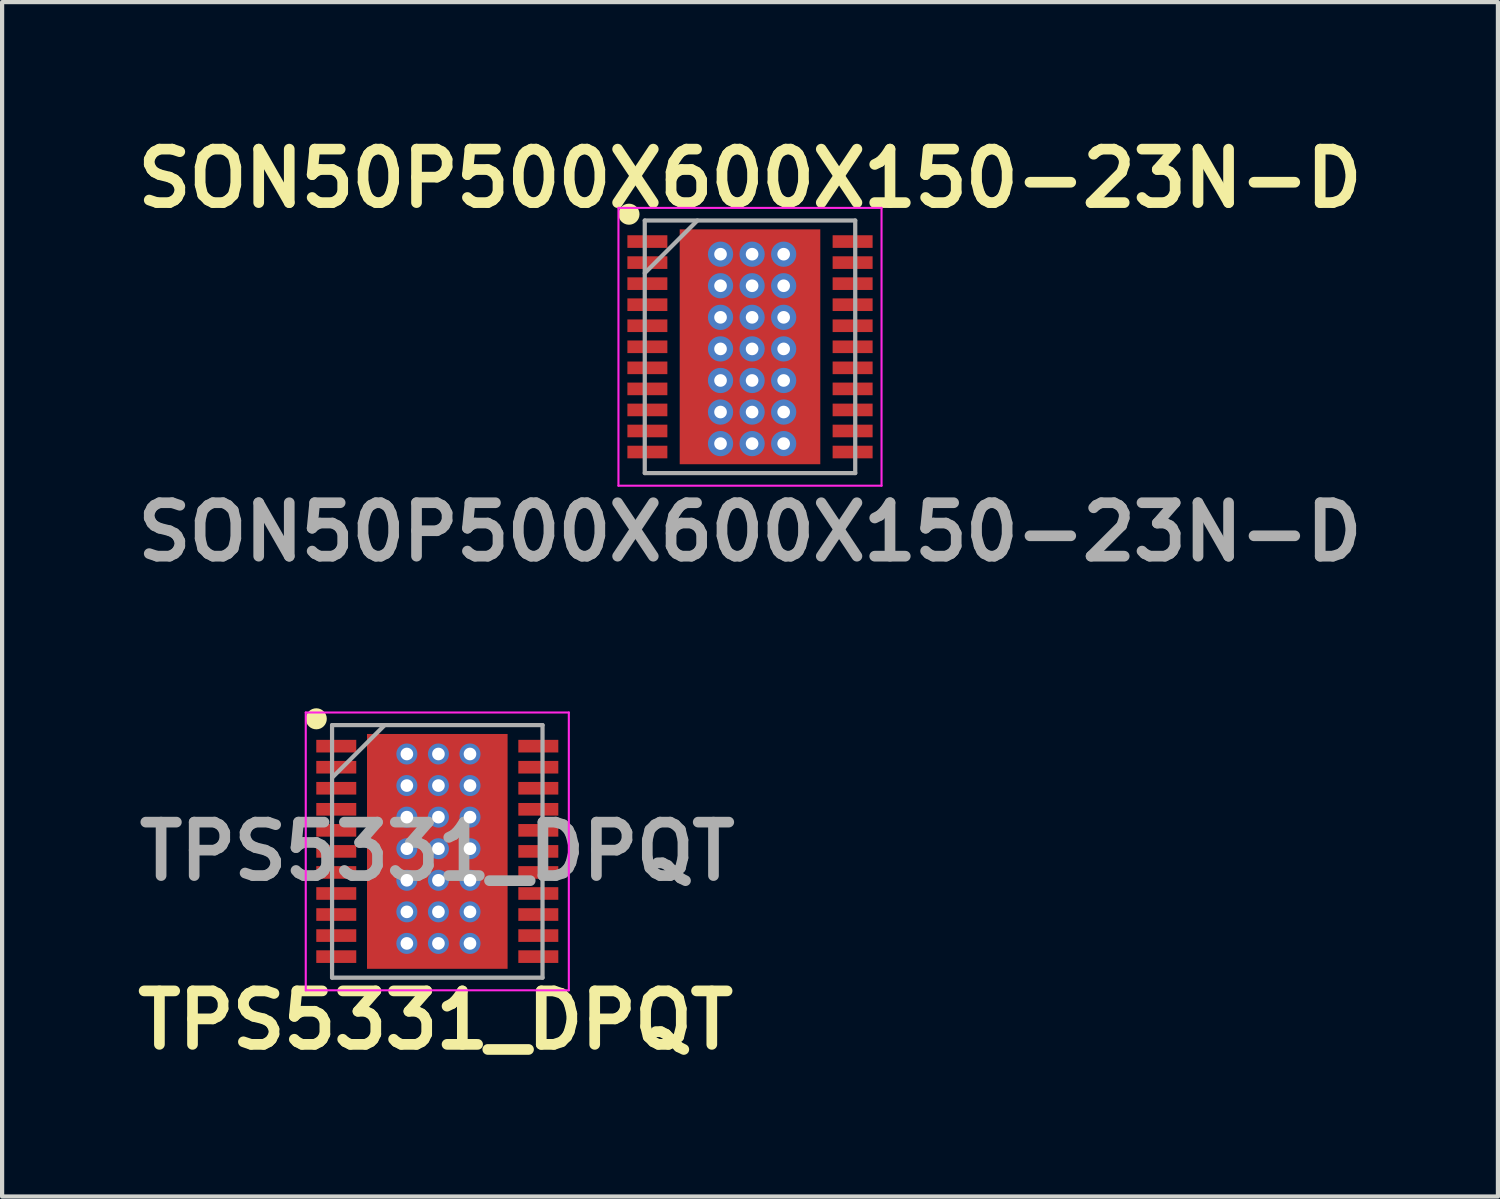
<source format=kicad_pcb>
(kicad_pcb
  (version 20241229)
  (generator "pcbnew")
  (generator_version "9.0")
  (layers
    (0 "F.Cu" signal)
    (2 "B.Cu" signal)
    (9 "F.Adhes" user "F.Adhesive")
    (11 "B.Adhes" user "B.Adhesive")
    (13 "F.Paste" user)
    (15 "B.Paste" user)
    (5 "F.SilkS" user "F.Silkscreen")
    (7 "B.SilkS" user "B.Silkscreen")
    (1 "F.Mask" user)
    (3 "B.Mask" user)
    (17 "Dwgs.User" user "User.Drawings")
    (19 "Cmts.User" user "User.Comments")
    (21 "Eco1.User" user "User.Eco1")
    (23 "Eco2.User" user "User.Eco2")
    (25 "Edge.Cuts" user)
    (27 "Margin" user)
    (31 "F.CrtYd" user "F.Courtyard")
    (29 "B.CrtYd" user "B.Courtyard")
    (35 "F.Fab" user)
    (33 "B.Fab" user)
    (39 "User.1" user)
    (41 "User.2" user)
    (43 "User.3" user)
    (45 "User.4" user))
  (footprint "SON50P500X600X150-23N-D"
    (layer "F.Cu")
    (at 14.768 5.189)
    (property "Reference" "SON50P500X600X150-23N-D" (at 0 -4 0) (layer "F.SilkS") (effects (font (size 1.27 1.27) (thickness 0.254))))
    (attr smd)
    (fp_circle (center -2.875 -3.15) (end -2.875 -3.025) (stroke (width 0.25) (type solid)) (fill no) (layer "F.SilkS"))
    (fp_line (start -3.125 -3.3) (end 3.125 -3.3) (stroke (width 0.05) (type solid)) (layer "F.CrtYd"))
    (fp_line (start -3.125 3.3) (end -3.125 -3.3) (stroke (width 0.05) (type solid)) (layer "F.CrtYd"))
    (fp_line (start 3.125 -3.3) (end 3.125 3.3) (stroke (width 0.05) (type solid)) (layer "F.CrtYd"))
    (fp_line (start 3.125 3.3) (end -3.125 3.3) (stroke (width 0.05) (type solid)) (layer "F.CrtYd"))
    (fp_line (start -2.5 -3) (end 2.5 -3) (stroke (width 0.1) (type solid)) (layer "F.Fab"))
    (fp_line (start -2.5 -1.75) (end -1.25 -3) (stroke (width 0.1) (type solid)) (layer "F.Fab"))
    (fp_line (start -2.5 3) (end -2.5 -3) (stroke (width 0.1) (type solid)) (layer "F.Fab"))
    (fp_line (start 2.5 -3) (end 2.5 3) (stroke (width 0.1) (type solid)) (layer "F.Fab"))
    (fp_line (start 2.5 3) (end -2.5 3) (stroke (width 0.1) (type solid)) (layer "F.Fab"))
    (fp_text user "${REFERENCE}" (at 0 4.4 0) (layer "F.Fab") (effects (font (size 1.27 1.27) (thickness 0.254))))
    (pad "1" smd rect (at -2.438 -2.5 90) (size 0.3 0.95) (layers "F.Cu" "F.Mask" "F.Paste"))
    (pad "2" smd rect (at -2.438 -2 90) (size 0.3 0.95) (layers "F.Cu" "F.Mask" "F.Paste"))
    (pad "3" smd rect (at -2.438 -1.5 90) (size 0.3 0.95) (layers "F.Cu" "F.Mask" "F.Paste"))
    (pad "4" smd rect (at -2.438 -1 90) (size 0.3 0.95) (layers "F.Cu" "F.Mask" "F.Paste"))
    (pad "5" smd rect (at -2.438 -0.5 90) (size 0.3 0.95) (layers "F.Cu" "F.Mask" "F.Paste"))
    (pad "6" smd rect (at -2.438 0 90) (size 0.3 0.95) (layers "F.Cu" "F.Mask" "F.Paste"))
    (pad "7" smd rect (at -2.438 0.5 90) (size 0.3 0.95) (layers "F.Cu" "F.Mask" "F.Paste"))
    (pad "8" smd rect (at -2.438 1 90) (size 0.3 0.95) (layers "F.Cu" "F.Mask" "F.Paste"))
    (pad "9" smd rect (at -2.438 1.5 90) (size 0.3 0.95) (layers "F.Cu" "F.Mask" "F.Paste"))
    (pad "10" smd rect (at -2.438 2 90) (size 0.3 0.95) (layers "F.Cu" "F.Mask" "F.Paste"))
    (pad "11" smd rect (at -2.438 2.5 90) (size 0.3 0.95) (layers "F.Cu" "F.Mask" "F.Paste"))
    (pad "12" smd rect (at 2.438 2.5 90) (size 0.3 0.95) (layers "F.Cu" "F.Mask" "F.Paste"))
    (pad "13" smd rect (at 2.438 2 90) (size 0.3 0.95) (layers "F.Cu" "F.Mask" "F.Paste"))
    (pad "14" smd rect (at 2.438 1.5 90) (size 0.3 0.95) (layers "F.Cu" "F.Mask" "F.Paste"))
    (pad "15" smd rect (at 2.438 1 90) (size 0.3 0.95) (layers "F.Cu" "F.Mask" "F.Paste"))
    (pad "16" smd rect (at 2.438 0.5 90) (size 0.3 0.95) (layers "F.Cu" "F.Mask" "F.Paste"))
    (pad "17" smd rect (at 2.438 0 90) (size 0.3 0.95) (layers "F.Cu" "F.Mask" "F.Paste"))
    (pad "18" smd rect (at 2.438 -0.5 90) (size 0.3 0.95) (layers "F.Cu" "F.Mask" "F.Paste"))
    (pad "19" smd rect (at 2.438 -1 90) (size 0.3 0.95) (layers "F.Cu" "F.Mask" "F.Paste"))
    (pad "20" smd rect (at 2.438 -1.5 90) (size 0.3 0.95) (layers "F.Cu" "F.Mask" "F.Paste"))
    (pad "21" smd rect (at 2.438 -2 90) (size 0.3 0.95) (layers "F.Cu" "F.Mask" "F.Paste"))
    (pad "22" smd rect (at 2.438 -2.5 90) (size 0.3 0.95) (layers "F.Cu" "F.Mask" "F.Paste"))
    (pad "23" thru_hole circle (at -0.7 -2.2) (size 0.6 0.6) (drill 0.3) (property pad_prop_heatsink) (layers "*.Cu" "F.Mask"))
    (pad "23" thru_hole circle (at -0.7 -1.45) (size 0.6 0.6) (drill 0.3) (property pad_prop_heatsink) (layers "*.Cu" "F.Mask"))
    (pad "23" thru_hole circle (at -0.7 -0.7) (size 0.6 0.6) (drill 0.3) (property pad_prop_heatsink) (layers "*.Cu" "F.Mask"))
    (pad "23" thru_hole circle (at -0.7 0.05) (size 0.6 0.6) (drill 0.3) (property pad_prop_heatsink) (layers "*.Cu" "F.Mask"))
    (pad "23" thru_hole circle (at -0.7 0.8) (size 0.6 0.6) (drill 0.3) (property pad_prop_heatsink) (layers "*.Cu" "F.Mask"))
    (pad "23" thru_hole circle (at -0.7 1.55) (size 0.6 0.6) (drill 0.3) (property pad_prop_heatsink) (layers "*.Cu" "F.Mask"))
    (pad "23" thru_hole circle (at -0.7 2.3) (size 0.6 0.6) (drill 0.3) (property pad_prop_heatsink) (layers "*.Cu" "F.Mask"))
    (pad "23" smd rect (at 0 0) (size 3.34 5.58) (layers "F.Cu" "F.Mask" "F.Paste"))
    (pad "23" thru_hole circle (at 0.05 -2.2) (size 0.6 0.6) (drill 0.3) (property pad_prop_heatsink) (layers "*.Cu" "F.Mask"))
    (pad "23" thru_hole circle (at 0.05 -1.45) (size 0.6 0.6) (drill 0.3) (property pad_prop_heatsink) (layers "*.Cu" "F.Mask"))
    (pad "23" thru_hole circle (at 0.05 -0.7) (size 0.6 0.6) (drill 0.3) (property pad_prop_heatsink) (layers "*.Cu" "F.Mask"))
    (pad "23" thru_hole circle (at 0.05 0.05) (size 0.6 0.6) (drill 0.3) (property pad_prop_heatsink) (layers "*.Cu" "F.Mask"))
    (pad "23" thru_hole circle (at 0.05 0.8) (size 0.6 0.6) (drill 0.3) (property pad_prop_heatsink) (layers "*.Cu" "F.Mask"))
    (pad "23" thru_hole circle (at 0.05 1.55) (size 0.6 0.6) (drill 0.3) (property pad_prop_heatsink) (layers "*.Cu" "F.Mask"))
    (pad "23" thru_hole circle (at 0.05 2.3) (size 0.6 0.6) (drill 0.3) (property pad_prop_heatsink) (layers "*.Cu" "F.Mask"))
    (pad "23" thru_hole circle (at 0.8 -2.2) (size 0.6 0.6) (drill 0.3) (property pad_prop_heatsink) (layers "*.Cu" "F.Mask"))
    (pad "23" thru_hole circle (at 0.8 -1.45) (size 0.6 0.6) (drill 0.3) (property pad_prop_heatsink) (layers "*.Cu" "F.Mask"))
    (pad "23" thru_hole circle (at 0.8 -0.7) (size 0.6 0.6) (drill 0.3) (property pad_prop_heatsink) (layers "*.Cu" "F.Mask"))
    (pad "23" thru_hole circle (at 0.8 0.05) (size 0.6 0.6) (drill 0.3) (property pad_prop_heatsink) (layers "*.Cu" "F.Mask"))
    (pad "23" thru_hole circle (at 0.8 0.8) (size 0.6 0.6) (drill 0.3) (property pad_prop_heatsink) (layers "*.Cu" "F.Mask"))
    (pad "23" thru_hole circle (at 0.8 1.55) (size 0.6 0.6) (drill 0.3) (property pad_prop_heatsink) (layers "*.Cu" "F.Mask"))
    (pad "23" thru_hole circle (at 0.8 2.3) (size 0.6 0.6) (drill 0.3) (property pad_prop_heatsink) (layers "*.Cu" "F.Mask")))
  (footprint "TPS5331_DPQT"
    (layer "F.Cu")
    (at 7.339 17.177)
    (property "Reference" "TPS5331_DPQT" (at -0.04 4.01 180) (layer "F.SilkS") (effects (font (size 1.27 1.27) (thickness 0.254))))
    (attr smd)
    (fp_circle (center -2.875 -3.15) (end -2.875 -3.025) (stroke (width 0.25) (type solid)) (fill no) (layer "F.SilkS"))
    (fp_line (start -3.125 -3.3) (end 3.125 -3.3) (stroke (width 0.05) (type solid)) (layer "F.CrtYd"))
    (fp_line (start -3.125 3.3) (end -3.125 -3.3) (stroke (width 0.05) (type solid)) (layer "F.CrtYd"))
    (fp_line (start 3.125 -3.3) (end 3.125 3.3) (stroke (width 0.05) (type solid)) (layer "F.CrtYd"))
    (fp_line (start 3.125 3.3) (end -3.125 3.3) (stroke (width 0.05) (type solid)) (layer "F.CrtYd"))
    (fp_line (start -2.5 -3) (end 2.5 -3) (stroke (width 0.1) (type solid)) (layer "F.Fab"))
    (fp_line (start -2.5 -1.75) (end -1.25 -3) (stroke (width 0.1) (type solid)) (layer "F.Fab"))
    (fp_line (start -2.5 3) (end -2.5 -3) (stroke (width 0.1) (type solid)) (layer "F.Fab"))
    (fp_line (start 2.5 -3) (end 2.5 3) (stroke (width 0.1) (type solid)) (layer "F.Fab"))
    (fp_line (start 2.5 3) (end -2.5 3) (stroke (width 0.1) (type solid)) (layer "F.Fab"))
    (fp_text user "${REFERENCE}" (at 0 0 180) (layer "F.Fab") (effects (font (size 1.27 1.27) (thickness 0.254))))
    (pad "1" smd rect (at -2.4 -2.5 90) (size 0.3 0.95) (layers "F.Cu" "F.Mask" "F.Paste"))
    (pad "2" smd rect (at -2.4 -2 90) (size 0.3 0.95) (layers "F.Cu" "F.Mask" "F.Paste"))
    (pad "3" smd rect (at -2.4 -1.5 90) (size 0.3 0.95) (layers "F.Cu" "F.Mask" "F.Paste"))
    (pad "4" smd rect (at -2.4 -1 90) (size 0.3 0.95) (layers "F.Cu" "F.Mask" "F.Paste"))
    (pad "5" smd rect (at -2.4 -0.5 90) (size 0.3 0.95) (layers "F.Cu" "F.Mask" "F.Paste"))
    (pad "6" smd rect (at -2.4 0 90) (size 0.3 0.95) (layers "F.Cu" "F.Mask" "F.Paste"))
    (pad "7" smd rect (at -2.4 0.5 90) (size 0.3 0.95) (layers "F.Cu" "F.Mask" "F.Paste"))
    (pad "8" smd rect (at -2.4 1 90) (size 0.3 0.95) (layers "F.Cu" "F.Mask" "F.Paste"))
    (pad "9" smd rect (at -2.4 1.5 90) (size 0.3 0.95) (layers "F.Cu" "F.Mask" "F.Paste"))
    (pad "10" smd rect (at -2.4 2 90) (size 0.3 0.95) (layers "F.Cu" "F.Mask" "F.Paste"))
    (pad "11" smd rect (at -2.4 2.5 90) (size 0.3 0.95) (layers "F.Cu" "F.Mask" "F.Paste"))
    (pad "12" smd rect (at 2.4 2.5 90) (size 0.3 0.95) (layers "F.Cu" "F.Mask" "F.Paste"))
    (pad "13" smd rect (at 2.4 2 90) (size 0.3 0.95) (layers "F.Cu" "F.Mask" "F.Paste"))
    (pad "14" smd rect (at 2.4 1.5 90) (size 0.3 0.95) (layers "F.Cu" "F.Mask" "F.Paste"))
    (pad "15" smd rect (at 2.4 1 90) (size 0.3 0.95) (layers "F.Cu" "F.Mask" "F.Paste"))
    (pad "16" smd rect (at 2.4 0.5 90) (size 0.3 0.95) (layers "F.Cu" "F.Mask" "F.Paste"))
    (pad "17" smd rect (at 2.4 0 90) (size 0.3 0.95) (layers "F.Cu" "F.Mask" "F.Paste"))
    (pad "18" smd rect (at 2.4 -0.5 90) (size 0.3 0.95) (layers "F.Cu" "F.Mask" "F.Paste"))
    (pad "19" smd rect (at 2.4 -1 90) (size 0.3 0.95) (layers "F.Cu" "F.Mask" "F.Paste"))
    (pad "20" smd rect (at 2.4 -1.5 90) (size 0.3 0.95) (layers "F.Cu" "F.Mask" "F.Paste"))
    (pad "21" smd rect (at 2.4 -2 90) (size 0.3 0.95) (layers "F.Cu" "F.Mask" "F.Paste"))
    (pad "22" smd rect (at 2.4 -2.5 90) (size 0.3 0.95) (layers "F.Cu" "F.Mask" "F.Paste"))
    (pad "23" thru_hole circle (at -0.723 -2.314) (size 0.5 0.5) (drill 0.3) (property pad_prop_heatsink) (layers "*.Cu" "*.Mask"))
    (pad "23" thru_hole circle (at -0.723 -1.564) (size 0.5 0.5) (drill 0.3) (property pad_prop_heatsink) (layers "*.Cu" "*.Mask"))
    (pad "23" thru_hole circle (at -0.723 -0.814) (size 0.5 0.5) (drill 0.3) (property pad_prop_heatsink) (layers "*.Cu" "*.Mask"))
    (pad "23" thru_hole circle (at -0.723 -0.064) (size 0.5 0.5) (drill 0.3) (property pad_prop_heatsink) (layers "*.Cu" "*.Mask"))
    (pad "23" thru_hole circle (at -0.723 0.686) (size 0.5 0.5) (drill 0.3) (property pad_prop_heatsink) (layers "*.Cu" "*.Mask"))
    (pad "23" thru_hole circle (at -0.723 1.436) (size 0.5 0.5) (drill 0.3) (property pad_prop_heatsink) (layers "*.Cu" "*.Mask"))
    (pad "23" thru_hole circle (at -0.723 2.186) (size 0.5 0.5) (drill 0.3) (property pad_prop_heatsink) (layers "*.Cu" "*.Mask"))
    (pad "23" smd rect (at 0 0) (size 3.34 5.579) (layers "F.Cu" "F.Mask" "F.Paste"))
    (pad "23" thru_hole circle (at 0.027 -2.314) (size 0.5 0.5) (drill 0.3) (property pad_prop_heatsink) (layers "*.Cu" "*.Mask"))
    (pad "23" thru_hole circle (at 0.027 -1.564) (size 0.5 0.5) (drill 0.3) (property pad_prop_heatsink) (layers "*.Cu" "*.Mask"))
    (pad "23" thru_hole circle (at 0.027 -0.814) (size 0.5 0.5) (drill 0.3) (property pad_prop_heatsink) (layers "*.Cu" "*.Mask"))
    (pad "23" thru_hole circle (at 0.027 -0.064) (size 0.5 0.5) (drill 0.3) (property pad_prop_heatsink) (layers "*.Cu" "*.Mask"))
    (pad "23" thru_hole circle (at 0.027 0.686) (size 0.5 0.5) (drill 0.3) (property pad_prop_heatsink) (layers "*.Cu" "*.Mask"))
    (pad "23" thru_hole circle (at 0.027 1.436) (size 0.5 0.5) (drill 0.3) (property pad_prop_heatsink) (layers "*.Cu" "*.Mask"))
    (pad "23" thru_hole circle (at 0.027 2.186) (size 0.5 0.5) (drill 0.3) (property pad_prop_heatsink) (layers "*.Cu" "*.Mask"))
    (pad "23" thru_hole circle (at 0.777 -2.314) (size 0.5 0.5) (drill 0.3) (property pad_prop_heatsink) (layers "*.Cu" "*.Mask"))
    (pad "23" thru_hole circle (at 0.777 -1.564) (size 0.5 0.5) (drill 0.3) (property pad_prop_heatsink) (layers "*.Cu" "*.Mask"))
    (pad "23" thru_hole circle (at 0.777 -0.814) (size 0.5 0.5) (drill 0.3) (property pad_prop_heatsink) (layers "*.Cu" "*.Mask"))
    (pad "23" thru_hole circle (at 0.777 -0.064) (size 0.5 0.5) (drill 0.3) (property pad_prop_heatsink) (layers "*.Cu" "*.Mask"))
    (pad "23" thru_hole circle (at 0.777 0.686) (size 0.5 0.5) (drill 0.3) (property pad_prop_heatsink) (layers "*.Cu" "*.Mask"))
    (pad "23" thru_hole circle (at 0.777 1.436) (size 0.5 0.5) (drill 0.3) (property pad_prop_heatsink) (layers "*.Cu" "*.Mask"))
    (pad "23" thru_hole circle (at 0.777 2.186) (size 0.5 0.5) (drill 0.3) (property pad_prop_heatsink) (layers "*.Cu" "*.Mask")))
  (gr_rect
    (start -3 -3)
    (end 32.537 25.376)
    (stroke (width 0.1) (type default))
    (fill no)
    (layer "Edge.Cuts")))
</source>
